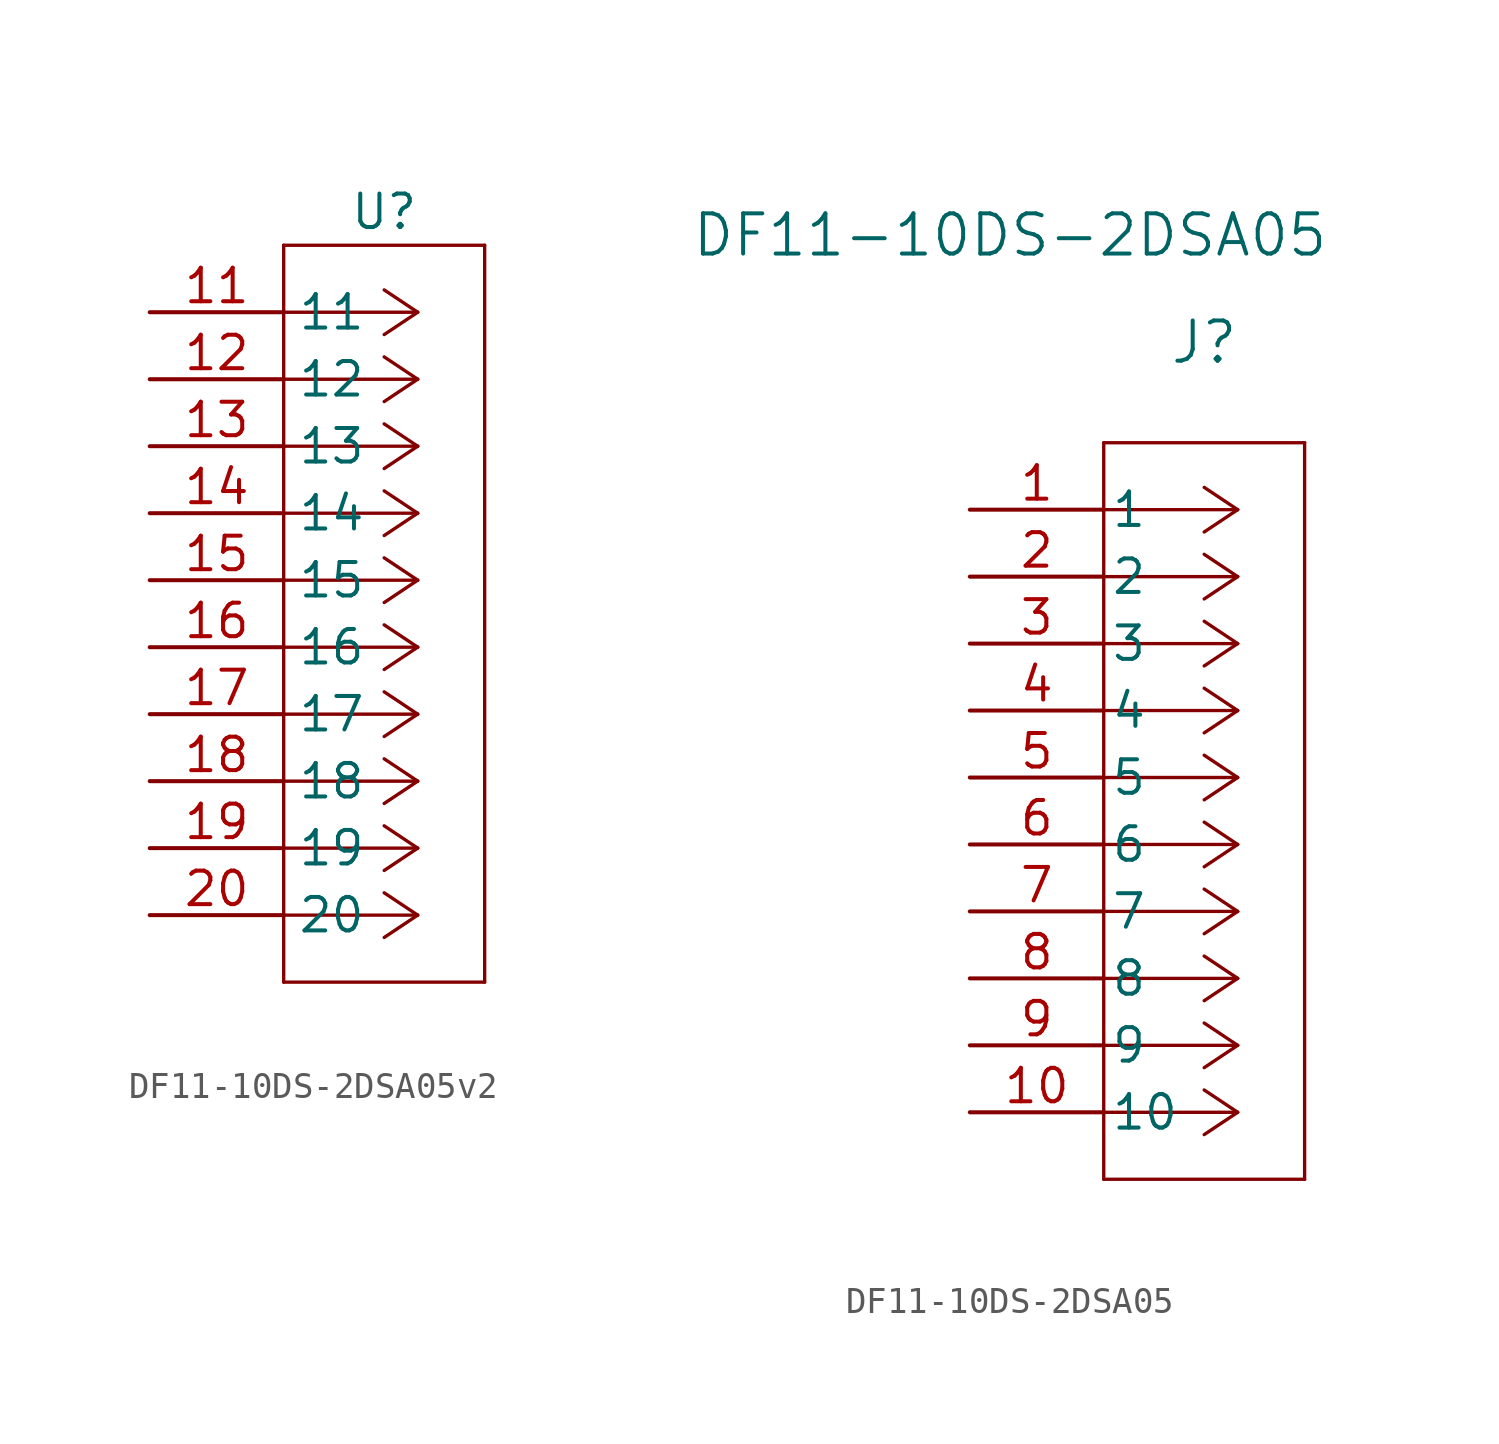
<source format=kicad_sym>
(kicad_symbol_lib
  (version 20231120)
  (generator "kicad_symbol_editor")
  (generator_version "8.0")
  (symbol "DF11-10DS-2DSA05v2"
    (property "Reference" "U"
      (at 0 0 0)
      (effects (font (size 1.27 1.27))))
    (property "Value" ""
      (at 0 0 0)
      (effects (font (size 1.27 1.27))))
    (symbol "DF11-10DS-2DSA05v2_0_1"
      (polyline (pts (xy -3.81 -29.21) (xy 3.81 -29.21)) (stroke (width 0.127) (type default)) (fill (type none)))
      (polyline (pts (xy -3.81 -1.27) (xy -3.81 -29.21)) (stroke (width 0.127) (type default)) (fill (type none)))
      (polyline (pts (xy 1.27 -26.67) (xy -3.81 -26.67)) (stroke (width 0.127) (type default)) (fill (type none)))
      (polyline (pts (xy 1.27 -26.67) (xy 0 -27.517)) (stroke (width 0.127) (type default)) (fill (type none)))
      (polyline (pts (xy 1.27 -26.67) (xy 0 -25.823)) (stroke (width 0.127) (type default)) (fill (type none)))
      (polyline (pts (xy 1.27 -24.13) (xy -3.81 -24.13)) (stroke (width 0.127) (type default)) (fill (type none)))
      (polyline (pts (xy 1.27 -24.13) (xy 0 -24.977)) (stroke (width 0.127) (type default)) (fill (type none)))
      (polyline (pts (xy 1.27 -24.13) (xy 0 -23.283)) (stroke (width 0.127) (type default)) (fill (type none)))
      (polyline (pts (xy 1.27 -21.59) (xy -3.81 -21.59)) (stroke (width 0.127) (type default)) (fill (type none)))
      (polyline (pts (xy 1.27 -21.59) (xy 0 -22.437)) (stroke (width 0.127) (type default)) (fill (type none)))
      (polyline (pts (xy 1.27 -21.59) (xy 0 -20.743)) (stroke (width 0.127) (type default)) (fill (type none)))
      (polyline (pts (xy 1.27 -19.05) (xy -3.81 -19.05)) (stroke (width 0.127) (type default)) (fill (type none)))
      (polyline (pts (xy 1.27 -19.05) (xy 0 -19.897)) (stroke (width 0.127) (type default)) (fill (type none)))
      (polyline (pts (xy 1.27 -19.05) (xy 0 -18.203)) (stroke (width 0.127) (type default)) (fill (type none)))
      (polyline (pts (xy 1.27 -16.51) (xy -3.81 -16.51)) (stroke (width 0.127) (type default)) (fill (type none)))
      (polyline (pts (xy 1.27 -16.51) (xy 0 -17.357)) (stroke (width 0.127) (type default)) (fill (type none)))
      (polyline (pts (xy 1.27 -16.51) (xy 0 -15.663)) (stroke (width 0.127) (type default)) (fill (type none)))
      (polyline (pts (xy 1.27 -13.97) (xy -3.81 -13.97)) (stroke (width 0.127) (type default)) (fill (type none)))
      (polyline (pts (xy 1.27 -13.97) (xy 0 -14.817)) (stroke (width 0.127) (type default)) (fill (type none)))
      (polyline (pts (xy 1.27 -13.97) (xy 0 -13.123)) (stroke (width 0.127) (type default)) (fill (type none)))
      (polyline (pts (xy 1.27 -11.43) (xy -3.81 -11.43)) (stroke (width 0.127) (type default)) (fill (type none)))
      (polyline (pts (xy 1.27 -11.43) (xy 0 -12.277)) (stroke (width 0.127) (type default)) (fill (type none)))
      (polyline (pts (xy 1.27 -11.43) (xy 0 -10.583)) (stroke (width 0.127) (type default)) (fill (type none)))
      (polyline (pts (xy 1.27 -8.89) (xy -3.81 -8.89)) (stroke (width 0.127) (type default)) (fill (type none)))
      (polyline (pts (xy 1.27 -8.89) (xy 0 -9.737)) (stroke (width 0.127) (type default)) (fill (type none)))
      (polyline (pts (xy 1.27 -8.89) (xy 0 -8.043)) (stroke (width 0.127) (type default)) (fill (type none)))
      (polyline (pts (xy 1.27 -6.35) (xy -3.81 -6.35)) (stroke (width 0.127) (type default)) (fill (type none)))
      (polyline (pts (xy 1.27 -6.35) (xy 0 -7.197)) (stroke (width 0.127) (type default)) (fill (type none)))
      (polyline (pts (xy 1.27 -6.35) (xy 0 -5.503)) (stroke (width 0.127) (type default)) (fill (type none)))
      (polyline (pts (xy 1.27 -3.81) (xy -3.81 -3.81)) (stroke (width 0.127) (type default)) (fill (type none)))
      (polyline (pts (xy 1.27 -3.81) (xy 0 -4.657)) (stroke (width 0.127) (type default)) (fill (type none)))
      (polyline (pts (xy 1.27 -3.81) (xy 0 -2.963)) (stroke (width 0.127) (type default)) (fill (type none)))
      (polyline (pts (xy 3.81 -29.21) (xy 3.81 -1.27)) (stroke (width 0.127) (type default)) (fill (type none)))
      (polyline (pts (xy 3.81 -1.27) (xy -3.81 -1.27)) (stroke (width 0.127) (type default)) (fill (type none))))
    (symbol "DF11-10DS-2DSA05v2_1_1"
      (pin unspecified line (at -8.89 -3.81 0) (length 5.08) (name "11" (effects (font (size 1.27 1.27)))) (number "11" (effects (font (size 1.27 1.27)))))
      (pin unspecified line (at -8.89 -6.35 0) (length 5.08) (name "12" (effects (font (size 1.27 1.27)))) (number "12" (effects (font (size 1.27 1.27)))))
      (pin unspecified line (at -8.89 -8.89 0) (length 5.08) (name "13" (effects (font (size 1.27 1.27)))) (number "13" (effects (font (size 1.27 1.27)))))
      (pin unspecified line (at -8.89 -11.43 0) (length 5.08) (name "14" (effects (font (size 1.27 1.27)))) (number "14" (effects (font (size 1.27 1.27)))))
      (pin unspecified line (at -8.89 -13.97 0) (length 5.08) (name "15" (effects (font (size 1.27 1.27)))) (number "15" (effects (font (size 1.27 1.27)))))
      (pin unspecified line (at -8.89 -16.51 0) (length 5.08) (name "16" (effects (font (size 1.27 1.27)))) (number "16" (effects (font (size 1.27 1.27)))))
      (pin unspecified line (at -8.89 -19.05 0) (length 5.08) (name "17" (effects (font (size 1.27 1.27)))) (number "17" (effects (font (size 1.27 1.27)))))
      (pin unspecified line (at -8.89 -21.59 0) (length 5.08) (name "18" (effects (font (size 1.27 1.27)))) (number "18" (effects (font (size 1.27 1.27)))))
      (pin unspecified line (at -8.89 -24.13 0) (length 5.08) (name "19" (effects (font (size 1.27 1.27)))) (number "19" (effects (font (size 1.27 1.27)))))
      (pin unspecified line (at -8.89 -26.67 0) (length 5.08) (name "20" (effects (font (size 1.27 1.27)))) (number "20" (effects (font (size 1.27 1.27)))))))
  (symbol "DF11-10DS-2DSA05"
    (pin_names
      (offset 0.254))
    (property "Reference" "J"
      (at 8.89 6.35 0)
      (effects (font (size 1.524 1.524))))
    (property "Value" "DF11-10DS-2DSA05"
      (at 1.524 10.414 0)
      (effects (font (size 1.524 1.524))))
    (property "ki_locked" ""
      (at 0 0 0)
      (effects (font (size 1.27 1.27))))
    (symbol "DF11-10DS-2DSA05_0_1"
      (polyline (pts (xy 5.08 -25.4) (xy 12.7 -25.4)) (stroke (width 0.127) (type default)) (fill (type none)))
      (polyline (pts (xy 5.08 2.54) (xy 5.08 -25.4)) (stroke (width 0.127) (type default)) (fill (type none)))
      (polyline (pts (xy 10.16 -22.86) (xy 5.08 -22.86)) (stroke (width 0.127) (type default)) (fill (type none)))
      (polyline (pts (xy 10.16 -22.86) (xy 8.89 -23.707)) (stroke (width 0.127) (type default)) (fill (type none)))
      (polyline (pts (xy 10.16 -22.86) (xy 8.89 -22.013)) (stroke (width 0.127) (type default)) (fill (type none)))
      (polyline (pts (xy 10.16 -20.32) (xy 5.08 -20.32)) (stroke (width 0.127) (type default)) (fill (type none)))
      (polyline (pts (xy 10.16 -20.32) (xy 8.89 -21.167)) (stroke (width 0.127) (type default)) (fill (type none)))
      (polyline (pts (xy 10.16 -20.32) (xy 8.89 -19.473)) (stroke (width 0.127) (type default)) (fill (type none)))
      (polyline (pts (xy 10.16 -17.78) (xy 5.08 -17.78)) (stroke (width 0.127) (type default)) (fill (type none)))
      (polyline (pts (xy 10.16 -17.78) (xy 8.89 -18.627)) (stroke (width 0.127) (type default)) (fill (type none)))
      (polyline (pts (xy 10.16 -17.78) (xy 8.89 -16.933)) (stroke (width 0.127) (type default)) (fill (type none)))
      (polyline (pts (xy 10.16 -15.24) (xy 5.08 -15.24)) (stroke (width 0.127) (type default)) (fill (type none)))
      (polyline (pts (xy 10.16 -15.24) (xy 8.89 -16.087)) (stroke (width 0.127) (type default)) (fill (type none)))
      (polyline (pts (xy 10.16 -15.24) (xy 8.89 -14.393)) (stroke (width 0.127) (type default)) (fill (type none)))
      (polyline (pts (xy 10.16 -12.7) (xy 5.08 -12.7)) (stroke (width 0.127) (type default)) (fill (type none)))
      (polyline (pts (xy 10.16 -12.7) (xy 8.89 -13.547)) (stroke (width 0.127) (type default)) (fill (type none)))
      (polyline (pts (xy 10.16 -12.7) (xy 8.89 -11.853)) (stroke (width 0.127) (type default)) (fill (type none)))
      (polyline (pts (xy 10.16 -10.16) (xy 5.08 -10.16)) (stroke (width 0.127) (type default)) (fill (type none)))
      (polyline (pts (xy 10.16 -10.16) (xy 8.89 -11.007)) (stroke (width 0.127) (type default)) (fill (type none)))
      (polyline (pts (xy 10.16 -10.16) (xy 8.89 -9.313)) (stroke (width 0.127) (type default)) (fill (type none)))
      (polyline (pts (xy 10.16 -7.62) (xy 5.08 -7.62)) (stroke (width 0.127) (type default)) (fill (type none)))
      (polyline (pts (xy 10.16 -7.62) (xy 8.89 -8.467)) (stroke (width 0.127) (type default)) (fill (type none)))
      (polyline (pts (xy 10.16 -7.62) (xy 8.89 -6.773)) (stroke (width 0.127) (type default)) (fill (type none)))
      (polyline (pts (xy 10.16 -5.08) (xy 5.08 -5.08)) (stroke (width 0.127) (type default)) (fill (type none)))
      (polyline (pts (xy 10.16 -5.08) (xy 8.89 -5.927)) (stroke (width 0.127) (type default)) (fill (type none)))
      (polyline (pts (xy 10.16 -5.08) (xy 8.89 -4.233)) (stroke (width 0.127) (type default)) (fill (type none)))
      (polyline (pts (xy 10.16 -2.54) (xy 5.08 -2.54)) (stroke (width 0.127) (type default)) (fill (type none)))
      (polyline (pts (xy 10.16 -2.54) (xy 8.89 -3.387)) (stroke (width 0.127) (type default)) (fill (type none)))
      (polyline (pts (xy 10.16 -2.54) (xy 8.89 -1.693)) (stroke (width 0.127) (type default)) (fill (type none)))
      (polyline (pts (xy 10.16 0) (xy 5.08 0)) (stroke (width 0.127) (type default)) (fill (type none)))
      (polyline (pts (xy 10.16 0) (xy 8.89 -0.847)) (stroke (width 0.127) (type default)) (fill (type none)))
      (polyline (pts (xy 10.16 0) (xy 8.89 0.847)) (stroke (width 0.127) (type default)) (fill (type none)))
      (polyline (pts (xy 12.7 -25.4) (xy 12.7 2.54)) (stroke (width 0.127) (type default)) (fill (type none)))
      (polyline (pts (xy 12.7 2.54) (xy 5.08 2.54)) (stroke (width 0.127) (type default)) (fill (type none)))
      (pin unspecified line (at 0 0 0) (length 5.08) (name "1" (effects (font (size 1.27 1.27)))) (number "1" (effects (font (size 1.27 1.27)))))
      (pin unspecified line (at 0 -22.86 0) (length 5.08) (name "10" (effects (font (size 1.27 1.27)))) (number "10" (effects (font (size 1.27 1.27)))))
      (pin unspecified line (at 0 -2.54 0) (length 5.08) (name "2" (effects (font (size 1.27 1.27)))) (number "2" (effects (font (size 1.27 1.27)))))
      (pin unspecified line (at 0 -5.08 0) (length 5.08) (name "3" (effects (font (size 1.27 1.27)))) (number "3" (effects (font (size 1.27 1.27)))))
      (pin unspecified line (at 0 -7.62 0) (length 5.08) (name "4" (effects (font (size 1.27 1.27)))) (number "4" (effects (font (size 1.27 1.27)))))
      (pin unspecified line (at 0 -10.16 0) (length 5.08) (name "5" (effects (font (size 1.27 1.27)))) (number "5" (effects (font (size 1.27 1.27)))))
      (pin unspecified line (at 0 -12.7 0) (length 5.08) (name "6" (effects (font (size 1.27 1.27)))) (number "6" (effects (font (size 1.27 1.27)))))
      (pin unspecified line (at 0 -15.24 0) (length 5.08) (name "7" (effects (font (size 1.27 1.27)))) (number "7" (effects (font (size 1.27 1.27)))))
      (pin unspecified line (at 0 -17.78 0) (length 5.08) (name "8" (effects (font (size 1.27 1.27)))) (number "8" (effects (font (size 1.27 1.27)))))
      (pin unspecified line (at 0 -20.32 0) (length 5.08) (name "9" (effects (font (size 1.27 1.27)))) (number "9" (effects (font (size 1.27 1.27))))))))
</source>
